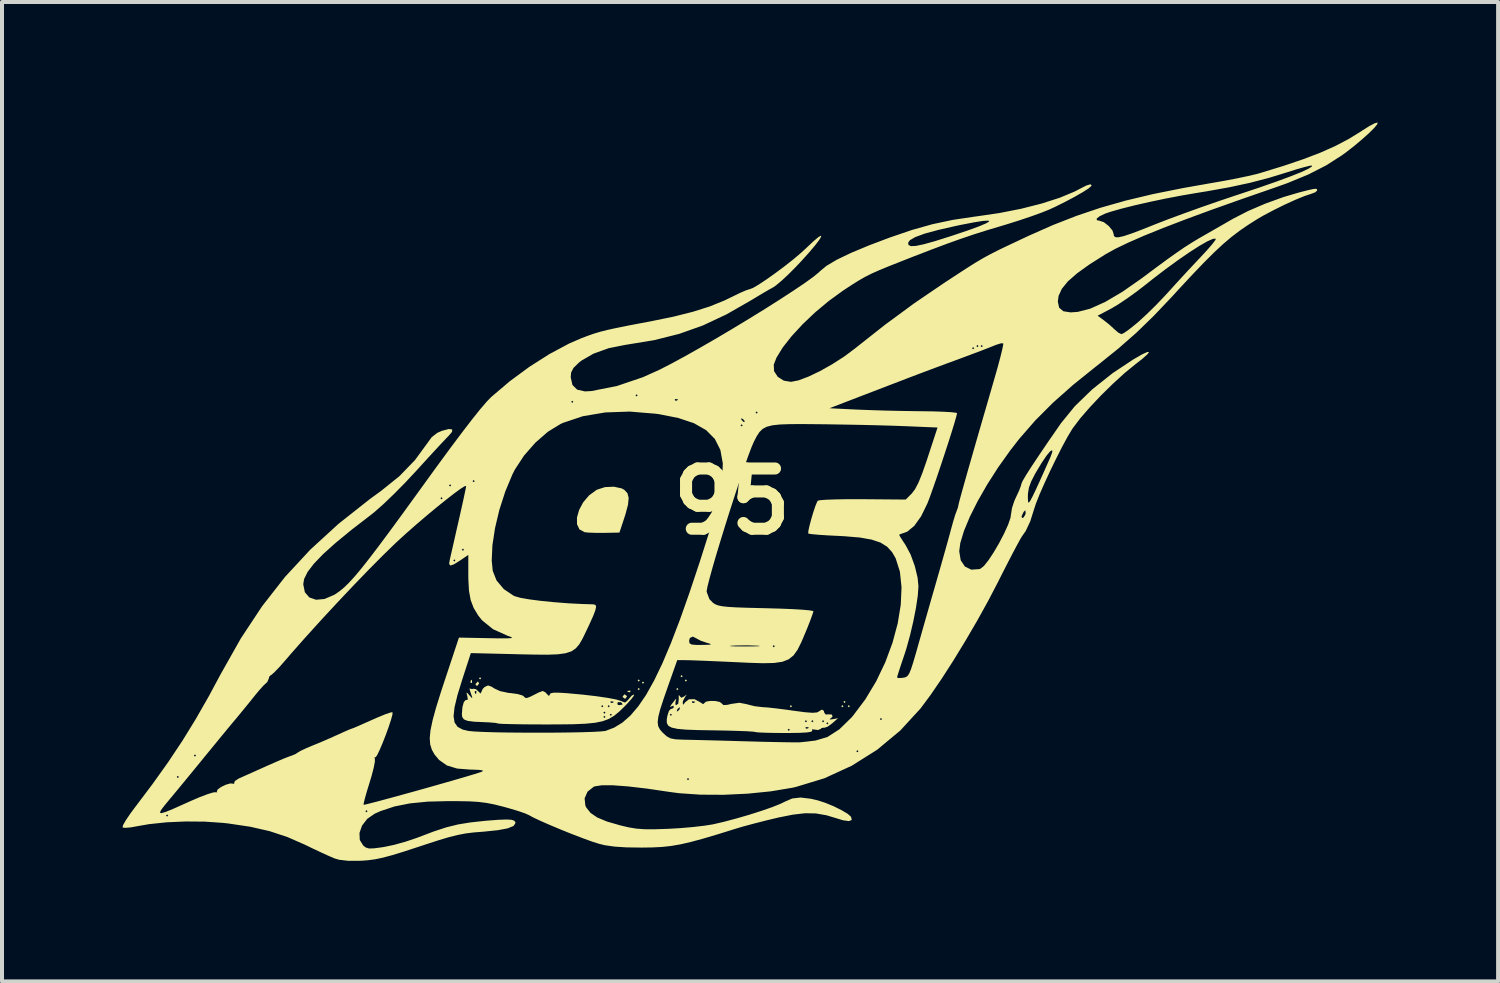
<source format=kicad_pcb>
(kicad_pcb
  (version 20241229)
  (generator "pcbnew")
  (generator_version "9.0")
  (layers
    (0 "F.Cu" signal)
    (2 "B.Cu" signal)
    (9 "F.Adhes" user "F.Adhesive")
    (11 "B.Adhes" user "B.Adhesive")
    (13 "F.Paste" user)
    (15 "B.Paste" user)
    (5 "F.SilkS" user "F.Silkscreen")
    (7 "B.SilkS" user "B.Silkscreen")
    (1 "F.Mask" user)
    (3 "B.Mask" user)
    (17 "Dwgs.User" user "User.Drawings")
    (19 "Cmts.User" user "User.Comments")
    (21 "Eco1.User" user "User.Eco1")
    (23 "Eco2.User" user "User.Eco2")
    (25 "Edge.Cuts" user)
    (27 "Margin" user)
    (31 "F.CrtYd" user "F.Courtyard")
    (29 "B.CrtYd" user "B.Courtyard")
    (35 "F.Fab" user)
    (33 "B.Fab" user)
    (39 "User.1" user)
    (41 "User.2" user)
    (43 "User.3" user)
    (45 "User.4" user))
  (footprint "95"
    (layer "F.Cu")
    (at 15.17 9.433)
    (property "Reference" "95" (at 0 0 0) (layer "F.SilkS") (effects (font (size 1.5 1.5) (thickness 0.3))))
    (attr board_only exclude_from_pos_files exclude_from_bom)
    (fp_poly (pts (xy -6.243 4.402) (xy -6.27 4.429) (xy -6.297 4.402) (xy -6.27 4.376)) (stroke (width 0) (type solid)) (fill yes) (layer "F.SilkS"))
    (fp_poly (pts (xy -2.295 4.456) (xy -2.321 4.482) (xy -2.348 4.456) (xy -2.321 4.429)) (stroke (width 0) (type solid)) (fill yes) (layer "F.SilkS"))
    (fp_poly (pts (xy -2.295 4.669) (xy -2.321 4.696) (xy -2.348 4.669) (xy -2.321 4.642)) (stroke (width 0) (type solid)) (fill yes) (layer "F.SilkS"))
    (fp_poly (pts (xy -2.188 4.509) (xy -2.214 4.536) (xy -2.241 4.509) (xy -2.214 4.482)) (stroke (width 0) (type solid)) (fill yes) (layer "F.SilkS"))
    (fp_poly (pts (xy -1.334 4.669) (xy -1.361 4.696) (xy -1.387 4.669) (xy -1.361 4.642)) (stroke (width 0) (type solid)) (fill yes) (layer "F.SilkS"))
    (fp_poly (pts (xy -1.227 4.349) (xy -1.254 4.376) (xy -1.281 4.349) (xy -1.254 4.322)) (stroke (width 0) (type solid)) (fill yes) (layer "F.SilkS"))
    (fp_poly (pts (xy -1.121 4.456) (xy -1.147 4.482) (xy -1.174 4.456) (xy -1.147 4.429)) (stroke (width 0) (type solid)) (fill yes) (layer "F.SilkS"))
    (fp_poly (pts (xy 1.494 5.096) (xy 1.467 5.123) (xy 1.441 5.096) (xy 1.467 5.069)) (stroke (width 0) (type solid)) (fill yes) (layer "F.SilkS"))
    (fp_poly (pts (xy 2.775 5.096) (xy 2.748 5.123) (xy 2.721 5.096) (xy 2.748 5.069)) (stroke (width 0) (type solid)) (fill yes) (layer "F.SilkS"))
    (fp_poly (pts (xy 2.828 4.989) (xy 2.801 5.016) (xy 2.775 4.989) (xy 2.801 4.963)) (stroke (width 0) (type solid)) (fill yes) (layer "F.SilkS"))
    (fp_poly (pts (xy 2.935 5.096) (xy 2.908 5.123) (xy 2.882 5.096) (xy 2.908 5.069)) (stroke (width 0) (type solid)) (fill yes) (layer "F.SilkS"))
    (fp_poly (pts (xy -6.475 4.447) (xy -6.468 4.51) (xy -6.475 4.518) (xy -6.506 4.511) (xy -6.51 4.482) (xy -6.491 4.438)) (stroke (width 0) (type solid)) (fill yes) (layer "F.SilkS"))
    (fp_poly (pts (xy -2.526 4.714) (xy -2.533 4.745) (xy -2.561 4.749) (xy -2.605 4.73) (xy -2.597 4.714) (xy -2.534 4.707)) (stroke (width 0) (type solid)) (fill yes) (layer "F.SilkS"))
    (fp_poly (pts (xy -6.297 4.524) (xy -6.297 4.536) (xy -6.338 4.587) (xy -6.353 4.589) (xy -6.385 4.556) (xy -6.377 4.536) (xy -6.329 4.485) (xy -6.32 4.482)) (stroke (width 0) (type solid)) (fill yes) (layer "F.SilkS"))
    (fp_poly (pts (xy -2.616 4.843) (xy -2.615 4.856) (xy -2.655 4.908) (xy -2.668 4.909) (xy -2.72 4.869) (xy -2.721 4.856) (xy -2.681 4.804) (xy -2.668 4.803)) (stroke (width 0) (type solid)) (fill yes) (layer "F.SilkS"))
    (fp_poly (pts (xy -2.743 -0.325) (xy -2.68 -0.29) (xy -2.602 -0.208) (xy -2.571 -0.091) (xy -2.587 0.079) (xy -2.651 0.319) (xy -2.686 0.427) (xy -2.801 0.774) (xy -3.175 0.781) (xy -3.382 0.781) (xy -3.561 0.775) (xy -3.669 0.764) (xy -3.796 0.695) (xy -3.857 0.566) (xy -3.858 0.398) (xy -3.804 0.209) (xy -3.702 0.019) (xy -3.556 -0.153) (xy -3.372 -0.288) (xy -3.358 -0.295) (xy -3.159 -0.358) (xy -2.938 -0.368)) (stroke (width 0) (type solid)) (fill yes) (layer "F.SilkS"))
    (fp_poly (pts (xy -5.979 4.612) (xy -5.925 4.649) (xy -5.773 4.72) (xy -5.562 4.765) (xy -5.503 4.77) (xy -5.335 4.793) (xy -5.214 4.829) (xy -5.177 4.855) (xy -5.148 4.887) (xy -5.103 4.891) (xy -5.018 4.859) (xy -4.869 4.784) (xy -4.811 4.754) (xy -4.708 4.717) (xy -4.638 4.755) (xy -4.613 4.786) (xy -4.555 4.842) (xy -4.537 4.81) (xy -4.516 4.775) (xy -4.44 4.759) (xy -4.293 4.76) (xy -4.095 4.773) (xy -3.711 4.808) (xy -3.369 4.848) (xy -3.084 4.89) (xy -2.872 4.931) (xy -2.746 4.971) (xy -2.727 4.982) (xy -2.657 5.005) (xy -2.587 4.941) (xy -2.574 4.922) (xy -2.495 4.833) (xy -2.437 4.803) (xy -2.443 4.837) (xy -2.512 4.927) (xy -2.63 5.057) (xy -2.666 5.094) (xy -2.805 5.229) (xy -2.933 5.334) (xy -3.066 5.413) (xy -3.22 5.47) (xy -3.411 5.509) (xy -3.652 5.532) (xy -3.961 5.545) (xy -4.353 5.549) (xy -4.616 5.55) (xy -4.96 5.549) (xy -5.267 5.546) (xy -5.521 5.541) (xy -5.706 5.536) (xy -5.808 5.529) (xy -5.822 5.526) (xy -5.884 5.512) (xy -6.02 5.5) (xy -6.164 5.493) (xy -6.416 5.482) (xy -6.58 5.461) (xy -6.673 5.424) (xy -6.715 5.364) (xy -6.715 5.363) (xy -3.202 5.363) (xy -3.175 5.389) (xy -3.148 5.363) (xy -3.175 5.336) (xy -3.202 5.363) (xy -6.715 5.363) (xy -6.721 5.309) (xy -3.042 5.309) (xy -3.015 5.336) (xy -2.988 5.309) (xy -3.015 5.283) (xy -3.042 5.309) (xy -6.721 5.309) (xy -6.723 5.29) (xy -6.72 5.256) (xy -3.202 5.256) (xy -3.175 5.283) (xy -3.148 5.256) (xy -3.175 5.229) (xy -3.202 5.256) (xy -6.72 5.256) (xy -6.709 5.117) (xy -6.703 5.096) (xy -3.255 5.096) (xy -3.228 5.123) (xy -3.202 5.096) (xy -3.095 5.096) (xy -3.068 5.123) (xy -3.042 5.096) (xy -3.068 5.069) (xy -3.095 5.096) (xy -3.202 5.096) (xy -3.228 5.069) (xy -3.255 5.096) (xy -6.703 5.096) (xy -6.674 4.992) (xy -6.663 4.98) (xy -3.024 4.98) (xy -3.016 5.012) (xy -2.988 5.016) (xy -2.986 5.015) (xy -2.854 5.015) (xy -2.843 5.062) (xy -2.805 5.069) (xy -2.731 5.057) (xy -2.721 5.046) (xy -2.761 4.996) (xy -2.831 4.995) (xy -2.854 5.015) (xy -2.986 5.015) (xy -2.944 4.996) (xy -2.953 4.98) (xy -3.016 4.974) (xy -3.024 4.98) (xy -6.663 4.98) (xy -6.626 4.939) (xy -6.605 4.943) (xy -6.575 4.929) (xy -6.587 4.849) (xy -6.608 4.762) (xy -6.587 4.766) (xy -6.532 4.829) (xy -6.472 4.894) (xy -6.465 4.876) (xy -6.476 4.843) (xy -6.508 4.749) (xy -6.403 4.749) (xy -6.384 4.793) (xy -6.368 4.785) (xy -6.361 4.721) (xy -6.368 4.714) (xy -6.4 4.721) (xy -6.403 4.749) (xy -6.508 4.749) (xy -6.516 4.724) (xy -6.534 4.653) (xy -6.523 4.656) (xy -6.467 4.671) (xy -6.444 4.661) (xy -6.373 4.671) (xy -6.315 4.725) (xy -6.259 4.78) (xy -6.243 4.752) (xy -6.204 4.665) (xy -6.153 4.615) (xy -6.071 4.579)) (stroke (width 0) (type solid)) (fill yes) (layer "F.SilkS"))
    (fp_poly (pts (xy -1.143 4.836) (xy -1.161 4.856) (xy -1.218 4.962) (xy -1.226 5.013) (xy -1.216 5.062) (xy -1.179 5.018) (xy -1.17 5.003) (xy -1.142 4.98) (xy -0.996 4.98) (xy -0.989 5.012) (xy -0.961 5.016) (xy -0.917 4.996) (xy -0.925 4.98) (xy -0.988 4.974) (xy -0.996 4.98) (xy -1.142 4.98) (xy -1.07 4.924) (xy -0.933 4.921) (xy -0.794 4.995) (xy -0.791 4.998) (xy -0.717 5.045) (xy -0.694 5.024) (xy -0.648 4.983) (xy -0.54 4.964) (xy -0.411 4.967) (xy -0.301 4.991) (xy -0.253 5.029) (xy -0.213 5.067) (xy -0.114 5.062) (xy -0.018 5.039) (xy 0.186 5.01) (xy 0.374 5.047) (xy 0.377 5.049) (xy 0.565 5.096) (xy 0.759 5.119) (xy 0.759 5.119) (xy 0.895 5.128) (xy 1.105 5.151) (xy 1.354 5.183) (xy 1.525 5.207) (xy 1.811 5.245) (xy 2.004 5.26) (xy 2.116 5.251) (xy 2.151 5.234) (xy 2.239 5.179) (xy 2.289 5.212) (xy 2.295 5.251) (xy 2.334 5.304) (xy 2.401 5.298) (xy 2.489 5.304) (xy 2.503 5.358) (xy 2.441 5.412) (xy 2.434 5.428) (xy 2.508 5.419) (xy 2.641 5.395) (xy 2.491 5.526) (xy 2.382 5.605) (xy 2.304 5.632) (xy 2.294 5.63) (xy 2.23 5.639) (xy 2.214 5.658) (xy 2.142 5.689) (xy 2.07 5.679) (xy 1.994 5.67) (xy 1.998 5.704) (xy 1.977 5.73) (xy 1.874 5.748) (xy 1.681 5.759) (xy 1.391 5.763) (xy 1.319 5.763) (xy 1.054 5.761) (xy 0.83 5.756) (xy 0.666 5.749) (xy 0.584 5.74) (xy 0.579 5.737) (xy 0.52 5.729) (xy 0.371 5.719) (xy 0.15 5.711) (xy -0.128 5.703) (xy -0.444 5.697) (xy -0.461 5.697) (xy -0.851 5.69) (xy -1.04 5.683) (xy 1.387 5.683) (xy 1.414 5.71) (xy 1.441 5.683) (xy 1.414 5.656) (xy 1.387 5.683) (xy -1.04 5.683) (xy -1.146 5.679) (xy -1.359 5.66) (xy -1.501 5.628) (xy -1.515 5.621) (xy 1.832 5.621) (xy 1.839 5.652) (xy 1.868 5.656) (xy 1.912 5.637) (xy 1.903 5.621) (xy 1.84 5.614) (xy 1.832 5.621) (xy -1.515 5.621) (xy -1.584 5.582) (xy -1.617 5.523) (xy 2.348 5.523) (xy 2.375 5.55) (xy 2.401 5.523) (xy 2.375 5.496) (xy 2.348 5.523) (xy -1.617 5.523) (xy -1.621 5.515) (xy -1.622 5.47) (xy 1.814 5.47) (xy 1.841 5.496) (xy 1.868 5.47) (xy 1.974 5.47) (xy 2.001 5.496) (xy 2.028 5.47) (xy 2.241 5.47) (xy 2.268 5.496) (xy 2.295 5.47) (xy 2.268 5.443) (xy 2.241 5.47) (xy 2.028 5.47) (xy 2.001 5.443) (xy 1.974 5.47) (xy 1.868 5.47) (xy 1.841 5.443) (xy 1.814 5.47) (xy -1.622 5.47) (xy -1.623 5.425) (xy -1.607 5.332) (xy -1.6 5.309) (xy -1.547 5.309) (xy -1.521 5.336) (xy -1.494 5.309) (xy -1.521 5.283) (xy -1.547 5.309) (xy -1.6 5.309) (xy -1.573 5.226) (xy -1.374 5.226) (xy -1.367 5.229) (xy -1.318 5.192) (xy -1.307 5.176) (xy -1.294 5.126) (xy -1.301 5.123) (xy -1.35 5.16) (xy -1.361 5.176) (xy -1.374 5.226) (xy -1.573 5.226) (xy -1.57 5.216) (xy -1.527 5.166) (xy -1.52 5.167) (xy -1.461 5.143) (xy -1.449 5.119) (xy -1.458 5.081) (xy -1.501 5.099) (xy -1.543 5.115) (xy -1.515 5.066) (xy -1.496 5.04) (xy -1.415 4.935) (xy -1.386 4.91) (xy -1.396 4.954) (xy -1.404 4.976) (xy -1.409 5.053) (xy -1.386 5.069) (xy -1.337 5.032) (xy -1.324 4.911) (xy -1.326 4.856) (xy -1.321 4.811) (xy -1.301 4.845) (xy -1.259 4.887) (xy -1.182 4.848) (xy -1.182 4.847) (xy -1.124 4.807)) (stroke (width 0) (type solid)) (fill yes) (layer "F.SilkS"))
    (fp_poly (pts (xy 16.071 -9.433) (xy 16.064 -9.392) (xy 15.988 -9.299) (xy 15.857 -9.169) (xy 15.685 -9.015) (xy 15.489 -8.85) (xy 15.282 -8.689) (xy 15.183 -8.617) (xy 14.792 -8.367) (xy 14.348 -8.14) (xy 13.83 -7.926) (xy 13.527 -7.818) (xy 12.686 -7.526) (xy 11.942 -7.262) (xy 11.293 -7.023) (xy 10.733 -6.808) (xy 10.258 -6.616) (xy 9.863 -6.443) (xy 9.545 -6.29) (xy 9.306 -6.158) (xy 8.902 -5.903) (xy 8.59 -5.679) (xy 8.362 -5.479) (xy 8.212 -5.295) (xy 8.131 -5.12) (xy 8.111 -4.978) (xy 8.144 -4.824) (xy 8.249 -4.735) (xy 8.432 -4.707) (xy 8.61 -4.72) (xy 8.922 -4.801) (xy 9.294 -4.969) (xy 9.721 -5.221) (xy 10.202 -5.557) (xy 10.219 -5.57) (xy 10.562 -5.826) (xy 10.838 -6.029) (xy 11.064 -6.19) (xy 11.255 -6.321) (xy 11.43 -6.433) (xy 11.605 -6.539) (xy 11.726 -6.609) (xy 11.971 -6.749) (xy 12.241 -6.904) (xy 12.473 -7.038) (xy 12.842 -7.228) (xy 13.275 -7.414) (xy 13.729 -7.578) (xy 14.112 -7.691) (xy 14.33 -7.747) (xy 14.464 -7.777) (xy 14.535 -7.785) (xy 14.563 -7.771) (xy 14.568 -7.743) (xy 14.522 -7.698) (xy 14.421 -7.659) (xy 14.254 -7.604) (xy 14.022 -7.509) (xy 13.755 -7.387) (xy 13.48 -7.251) (xy 13.225 -7.116) (xy 13.078 -7.03) (xy 12.847 -6.884) (xy 12.636 -6.739) (xy 12.432 -6.583) (xy 12.224 -6.407) (xy 12 -6.198) (xy 11.747 -5.946) (xy 11.454 -5.64) (xy 11.109 -5.269) (xy 10.932 -5.076) (xy 10.491 -4.612) (xy 10.067 -4.201) (xy 9.624 -3.812) (xy 9.126 -3.411) (xy 9.065 -3.364) (xy 8.486 -2.898) (xy 7.987 -2.455) (xy 7.55 -2.017) (xy 7.156 -1.565) (xy 6.927 -1.271) (xy 6.627 -0.85) (xy 6.354 -0.424) (xy 6.116 -0.008) (xy 5.92 0.383) (xy 5.774 0.735) (xy 5.684 1.033) (xy 5.657 1.238) (xy 5.694 1.463) (xy 5.799 1.62) (xy 5.958 1.697) (xy 6.158 1.683) (xy 6.184 1.674) (xy 6.272 1.605) (xy 6.388 1.459) (xy 6.518 1.261) (xy 6.651 1.034) (xy 6.773 0.8) (xy 6.872 0.582) (xy 6.934 0.404) (xy 6.939 0.365) (xy 7.21 0.365) (xy 7.218 0.411) (xy 7.257 0.4) (xy 7.304 0.324) (xy 7.31 0.277) (xy 7.301 0.217) (xy 7.264 0.256) (xy 7.257 0.267) (xy 7.21 0.365) (xy 6.939 0.365) (xy 6.948 0.307) (xy 6.97 0.164) (xy 7.03 -0.017) (xy 7.074 -0.113) (xy 7.076 -0.118) (xy 7.365 -0.118) (xy 7.37 0.004) (xy 7.387 0.032) (xy 7.427 -0.02) (xy 7.43 -0.027) (xy 7.482 -0.125) (xy 7.561 -0.289) (xy 7.652 -0.487) (xy 7.673 -0.534) (xy 7.769 -0.747) (xy 7.857 -0.946) (xy 7.922 -1.091) (xy 7.929 -1.107) (xy 7.975 -1.234) (xy 7.969 -1.278) (xy 7.918 -1.246) (xy 7.831 -1.142) (xy 7.717 -0.974) (xy 7.7 -0.947) (xy 7.547 -0.692) (xy 7.448 -0.498) (xy 7.391 -0.342) (xy 7.368 -0.198) (xy 7.365 -0.118) (xy 7.076 -0.118) (xy 7.147 -0.27) (xy 7.194 -0.394) (xy 7.204 -0.439) (xy 7.234 -0.51) (xy 7.322 -0.659) (xy 7.462 -0.879) (xy 7.649 -1.16) (xy 7.877 -1.496) (xy 8.141 -1.877) (xy 8.19 -1.948) (xy 8.535 -2.372) (xy 8.97 -2.793) (xy 9.479 -3.197) (xy 9.989 -3.535) (xy 10.205 -3.66) (xy 10.337 -3.721) (xy 10.382 -3.721) (xy 10.34 -3.662) (xy 10.209 -3.546) (xy 10.049 -3.421) (xy 9.781 -3.203) (xy 9.488 -2.936) (xy 9.189 -2.643) (xy 8.908 -2.345) (xy 8.666 -2.066) (xy 8.485 -1.826) (xy 8.47 -1.804) (xy 8.358 -1.618) (xy 8.222 -1.368) (xy 8.074 -1.076) (xy 7.923 -0.766) (xy 7.781 -0.459) (xy 7.658 -0.179) (xy 7.566 0.052) (xy 7.514 0.211) (xy 7.424 0.497) (xy 7.311 0.736) (xy 7.228 0.854) (xy 7.185 0.923) (xy 7.102 1.074) (xy 6.987 1.29) (xy 6.849 1.557) (xy 6.695 1.859) (xy 6.624 2.001) (xy 6.378 2.473) (xy 6.102 2.971) (xy 5.808 3.474) (xy 5.509 3.963) (xy 5.217 4.417) (xy 4.944 4.816) (xy 4.704 5.139) (xy 4.695 5.151) (xy 4.19 5.701) (xy 3.614 6.18) (xy 2.979 6.579) (xy 2.298 6.891) (xy 1.586 7.107) (xy 1.494 7.127) (xy 0.968 7.215) (xy 0.391 7.273) (xy -0.204 7.301) (xy -0.782 7.298) (xy -1.31 7.262) (xy -1.547 7.231) (xy -2.116 7.147) (xy -2.589 7.092) (xy -2.964 7.064) (xy -3.24 7.064) (xy -3.416 7.091) (xy -3.442 7.102) (xy -3.596 7.224) (xy -3.668 7.39) (xy -3.649 7.569) (xy -3.626 7.618) (xy -3.52 7.752) (xy -3.354 7.865) (xy -3.113 7.966) (xy -2.781 8.062) (xy -2.769 8.065) (xy -2.564 8.113) (xy -2.379 8.143) (xy -2.185 8.158) (xy -1.949 8.16) (xy -1.642 8.15) (xy -1.601 8.149) (xy -1.29 8.131) (xy -0.975 8.104) (xy -0.692 8.071) (xy -0.48 8.038) (xy -0.207 7.975) (xy 0.102 7.893) (xy 0.423 7.8) (xy 0.731 7.702) (xy 1.002 7.608) (xy 1.211 7.524) (xy 1.313 7.474) (xy 1.5 7.393) (xy 1.708 7.369) (xy 1.965 7.4) (xy 2.137 7.44) (xy 2.327 7.502) (xy 2.535 7.588) (xy 2.73 7.685) (xy 2.883 7.776) (xy 2.964 7.848) (xy 2.964 7.848) (xy 2.982 7.927) (xy 2.912 7.956) (xy 2.763 7.935) (xy 2.645 7.899) (xy 2.353 7.811) (xy 2.089 7.765) (xy 1.821 7.76) (xy 1.517 7.795) (xy 1.146 7.869) (xy 1.14 7.871) (xy 0.843 7.942) (xy 0.538 8.02) (xy 0.265 8.094) (xy 0.107 8.141) (xy -0.346 8.282) (xy -0.717 8.392) (xy -1.023 8.475) (xy -1.284 8.535) (xy -1.517 8.575) (xy -1.741 8.599) (xy -1.975 8.611) (xy -2.237 8.615) (xy -2.241 8.615) (xy -2.622 8.61) (xy -2.92 8.591) (xy -3.161 8.557) (xy -3.301 8.523) (xy -3.476 8.468) (xy -3.71 8.383) (xy -3.982 8.279) (xy -4.267 8.164) (xy -4.541 8.049) (xy -4.78 7.944) (xy -4.961 7.858) (xy -5.045 7.811) (xy -5.142 7.767) (xy -5.314 7.707) (xy -5.534 7.641) (xy -5.685 7.599) (xy -5.912 7.542) (xy -6.112 7.503) (xy -6.313 7.478) (xy -6.546 7.464) (xy -6.84 7.459) (xy -7.044 7.458) (xy -7.571 7.471) (xy -8.016 7.515) (xy -8.399 7.591) (xy -8.74 7.704) (xy -8.892 7.771) (xy -9.078 7.899) (xy -9.208 8.068) (xy -9.272 8.251) (xy -9.264 8.427) (xy -9.177 8.566) (xy -9.113 8.614) (xy -9.037 8.637) (xy -8.923 8.635) (xy -8.741 8.612) (xy -8.662 8.6) (xy -8.413 8.548) (xy -8.122 8.467) (xy -7.845 8.374) (xy -7.796 8.355) (xy -7.424 8.214) (xy -7.11 8.111) (xy -6.818 8.039) (xy -6.512 7.989) (xy -6.153 7.95) (xy -6.122 7.947) (xy -5.824 7.924) (xy -5.617 7.916) (xy -5.486 7.923) (xy -5.415 7.948) (xy -5.39 7.992) (xy -5.389 8.005) (xy -5.437 8.077) (xy -5.582 8.136) (xy -5.826 8.182) (xy -6.174 8.218) (xy -6.214 8.221) (xy -6.437 8.239) (xy -6.635 8.264) (xy -6.831 8.302) (xy -7.047 8.356) (xy -7.308 8.434) (xy -7.637 8.541) (xy -7.791 8.592) (xy -8.161 8.713) (xy -8.452 8.802) (xy -8.685 8.865) (xy -8.88 8.906) (xy -9.059 8.93) (xy -9.232 8.943) (xy -9.548 8.945) (xy -9.781 8.918) (xy -9.888 8.886) (xy -10.02 8.83) (xy -10.218 8.74) (xy -10.452 8.63) (xy -10.635 8.541) (xy -11.067 8.352) (xy -11.509 8.206) (xy -11.992 8.096) (xy -12.544 8.014) (xy -12.673 8) (xy -13.12 7.969) (xy -13.6 7.965) (xy -14.076 7.986) (xy -14.511 8.032) (xy -14.781 8.079) (xy -14.964 8.112) (xy -15.104 8.124) (xy -15.17 8.114) (xy -15.158 8.058) (xy -15.09 7.938) (xy -15.008 7.817) (xy -14.087 7.817) (xy -14.061 7.844) (xy -14.034 7.817) (xy -14.061 7.791) (xy -14.087 7.817) (xy -15.008 7.817) (xy -14.979 7.774) (xy -14.956 7.743) (xy -14.24 7.743) (xy -14.206 7.759) (xy -14.1 7.729) (xy -14.055 7.711) (xy -9.125 7.711) (xy -9.098 7.737) (xy -9.071 7.711) (xy -9.098 7.684) (xy -9.125 7.711) (xy -14.055 7.711) (xy -13.916 7.654) (xy -13.645 7.533) (xy -13.485 7.461) (xy -13.255 7.362) (xy -13.058 7.287) (xy -12.916 7.243) (xy -12.85 7.237) (xy -12.815 7.241) (xy -12.823 7.221) (xy -12.803 7.169) (xy -12.716 7.106) (xy -12.598 7.05) (xy -12.486 7.018) (xy -12.421 7.024) (xy -12.387 7.029) (xy -12.394 7.01) (xy -12.372 6.958) (xy -12.278 6.896) (xy -12.256 6.886) (xy -12.136 6.833) (xy -11.948 6.749) (xy -11.722 6.648) (xy -11.561 6.575) (xy -11.339 6.478) (xy -11.15 6.397) (xy -11.016 6.345) (xy -10.966 6.329) (xy -10.865 6.287) (xy -10.824 6.259) (xy -10.737 6.207) (xy -10.587 6.137) (xy -10.459 6.083) (xy -10.246 5.996) (xy -9.999 5.889) (xy -9.828 5.812) (xy -9.658 5.735) (xy -9.53 5.679) (xy -9.47 5.656) (xy -9.469 5.656) (xy -9.413 5.636) (xy -9.29 5.583) (xy -9.166 5.528) (xy -8.848 5.387) (xy -8.621 5.293) (xy -8.488 5.249) (xy -8.449 5.247) (xy -8.452 5.307) (xy -8.488 5.437) (xy -8.546 5.614) (xy -8.619 5.815) (xy -8.697 6.014) (xy -8.771 6.188) (xy -8.832 6.314) (xy -8.87 6.367) (xy -8.874 6.367) (xy -8.902 6.368) (xy -8.889 6.397) (xy -8.888 6.471) (xy -8.916 6.622) (xy -8.969 6.826) (xy -9.02 6.995) (xy -9.088 7.217) (xy -9.139 7.398) (xy -9.167 7.516) (xy -9.17 7.55) (xy -9.116 7.541) (xy -8.976 7.506) (xy -8.765 7.451) (xy -8.498 7.379) (xy -8.192 7.295) (xy -7.862 7.204) (xy -7.524 7.109) (xy -7.193 7.015) (xy -6.886 6.927) (xy -6.828 6.91) (xy -1.121 6.91) (xy -1.094 6.937) (xy -1.067 6.91) (xy -1.094 6.884) (xy -1.121 6.91) (xy -6.828 6.91) (xy -6.619 6.849) (xy -6.406 6.785) (xy -6.264 6.74) (xy -6.217 6.723) (xy -6.198 6.698) (xy -6.28 6.682) (xy -6.465 6.674) (xy -6.511 6.674) (xy -6.842 6.648) (xy -7.095 6.571) (xy -7.29 6.434) (xy -7.404 6.297) (xy -7.449 6.217) (xy 3.095 6.217) (xy 3.122 6.243) (xy 3.148 6.217) (xy 3.122 6.19) (xy 3.095 6.217) (xy -7.449 6.217) (xy -7.471 6.177) (xy -7.512 6.046) (xy -7.523 5.89) (xy -7.504 5.695) (xy -7.452 5.447) (xy -7.424 5.344) (xy -6.93 5.344) (xy -6.904 5.503) (xy -6.829 5.61) (xy -6.702 5.678) (xy -6.558 5.712) (xy -6.419 5.725) (xy -6.197 5.736) (xy -5.908 5.745) (xy -5.571 5.751) (xy -5.201 5.754) (xy -4.816 5.755) (xy -4.433 5.754) (xy -4.07 5.75) (xy -3.743 5.744) (xy -3.469 5.735) (xy -3.265 5.724) (xy -3.149 5.711) (xy -3.142 5.709) (xy -2.93 5.628) (xy -2.726 5.503) (xy -2.716 5.494) (xy -1.849 5.494) (xy -1.835 5.595) (xy -1.792 5.677) (xy -1.722 5.757) (xy -1.717 5.761) (xy -1.623 5.846) (xy -1.531 5.896) (xy -1.407 5.92) (xy -1.217 5.929) (xy -1.165 5.93) (xy -0.992 5.934) (xy -0.736 5.94) (xy -0.418 5.948) (xy -0.062 5.958) (xy 0.309 5.969) (xy 0.4 5.971) (xy 0.751 5.981) (xy 1.073 5.988) (xy 1.347 5.993) (xy 1.557 5.996) (xy 1.684 5.995) (xy 1.708 5.993) (xy 1.845 5.979) (xy 2.025 5.957) (xy 2.082 5.95) (xy 2.377 5.862) (xy 2.674 5.671) (xy 2.935 5.416) (xy 3.682 5.416) (xy 3.709 5.443) (xy 3.735 5.416) (xy 3.709 5.389) (xy 3.682 5.416) (xy 2.935 5.416) (xy 2.977 5.376) (xy 3.008 5.34) (xy 3.318 4.928) (xy 3.589 4.478) (xy 3.816 4.003) (xy 3.996 3.517) (xy 4.126 3.034) (xy 4.202 2.568) (xy 4.221 2.134) (xy 4.18 1.745) (xy 4.075 1.415) (xy 3.986 1.261) (xy 3.863 1.126) (xy 3.698 1.023) (xy 3.476 0.949) (xy 3.183 0.897) (xy 2.803 0.865) (xy 2.658 0.857) (xy 2.39 0.844) (xy 2.162 0.829) (xy 1.994 0.814) (xy 1.908 0.801) (xy 1.9 0.798) (xy 1.901 0.737) (xy 1.929 0.607) (xy 1.974 0.437) (xy 2.027 0.259) (xy 2.08 0.103) (xy 2.124 -0.000319) (xy 2.137 -0.02) (xy 2.201 -0.033) (xy 2.355 -0.044) (xy 2.582 -0.052) (xy 2.865 -0.057) (xy 3.188 -0.057) (xy 3.252 -0.057) (xy 4.325 -0.048) (xy 4.477 -0.2) (xy 4.557 -0.305) (xy 4.642 -0.468) (xy 4.738 -0.705) (xy 4.851 -1.029) (xy 4.873 -1.097) (xy 5.117 -1.841) (xy 4.306 -1.875) (xy 4.003 -1.886) (xy 3.623 -1.897) (xy 3.197 -1.907) (xy 2.755 -1.915) (xy 2.327 -1.922) (xy 2.224 -1.923) (xy 1.794 -1.927) (xy 1.456 -1.926) (xy 1.197 -1.917) (xy 1.005 -1.896) (xy 0.864 -1.86) (xy 0.762 -1.805) (xy 0.684 -1.728) (xy 0.617 -1.625) (xy 0.548 -1.492) (xy 0.547 -1.49) (xy 0.488 -1.355) (xy 0.407 -1.14) (xy 0.309 -0.862) (xy 0.197 -0.533) (xy 0.077 -0.17) (xy -0.047 0.213) (xy -0.17 0.603) (xy -0.287 0.983) (xy -0.395 1.339) (xy -0.487 1.657) (xy -0.56 1.922) (xy -0.61 2.119) (xy -0.63 2.233) (xy -0.63 2.248) (xy -0.561 2.432) (xy -0.47 2.524) (xy -0.415 2.559) (xy -0.346 2.586) (xy -0.248 2.607) (xy -0.107 2.623) (xy 0.091 2.635) (xy 0.363 2.645) (xy 0.722 2.654) (xy 0.85 2.657) (xy 1.201 2.667) (xy 1.507 2.679) (xy 1.755 2.694) (xy 1.931 2.71) (xy 2.02 2.726) (xy 2.028 2.732) (xy 2.008 2.8) (xy 1.957 2.942) (xy 1.882 3.133) (xy 1.836 3.245) (xy 1.73 3.496) (xy 1.634 3.689) (xy 1.533 3.831) (xy 1.411 3.929) (xy 1.254 3.99) (xy 1.046 4.02) (xy 0.772 4.026) (xy 0.416 4.015) (xy 0.128 4.001) (xy -0.208 3.986) (xy -0.523 3.972) (xy -0.796 3.961) (xy -1.005 3.953) (xy -1.121 3.95) (xy -1.362 3.949) (xy -1.584 4.576) (xy -1.702 4.915) (xy -1.785 5.17) (xy -1.833 5.358) (xy -1.849 5.494) (xy -2.716 5.494) (xy -2.528 5.329) (xy -2.332 5.099) (xy -2.135 4.81) (xy -1.936 4.454) (xy -1.731 4.027) (xy -1.549 3.596) (xy -0.057 3.596) (xy -0.029 3.602) (xy 0.087 3.607) (xy 0.284 3.608) (xy 0.32 3.608) (xy 0.528 3.607) (xy 0.657 3.603) (xy 0.666 3.602) (xy 1.014 3.602) (xy 1.041 3.629) (xy 1.067 3.602) (xy 1.041 3.575) (xy 1.014 3.602) (xy 0.666 3.602) (xy 0.699 3.597) (xy 0.644 3.59) (xy 0.627 3.589) (xy 0.383 3.581) (xy 0.118 3.584) (xy 0.013 3.589) (xy -0.057 3.596) (xy -1.549 3.596) (xy -1.518 3.524) (xy -1.497 3.468) (xy -1.067 3.468) (xy -1.056 3.529) (xy -1.004 3.56) (xy -0.887 3.571) (xy -0.76 3.57) (xy -0.593 3.567) (xy -0.523 3.559) (xy -0.54 3.543) (xy -0.634 3.515) (xy -0.64 3.513) (xy -0.779 3.465) (xy -0.872 3.416) (xy -0.878 3.411) (xy -0.975 3.363) (xy -1.049 3.399) (xy -1.067 3.468) (xy -1.497 3.468) (xy -1.294 2.939) (xy -1.056 2.266) (xy -0.801 1.501) (xy -0.527 0.638) (xy -0.478 0.48) (xy -0.326 -0.073) (xy -0.242 -0.547) (xy -0.228 -0.948) (xy -0.288 -1.282) (xy -0.425 -1.556) (xy -0.643 -1.776) (xy -0.851 -1.894) (xy 0.213 -1.894) (xy 0.24 -1.868) (xy 0.267 -1.894) (xy 0.24 -1.921) (xy 0.213 -1.894) (xy -0.851 -1.894) (xy -0.945 -1.948) (xy -1.298 -2.066) (xy 0.222 -2.066) (xy 0.235 -2.036) (xy 0.289 -1.979) (xy 0.32 -1.99) (xy 0.32 -1.998) (xy 0.282 -2.043) (xy 0.259 -2.06) (xy 0.222 -2.066) (xy -1.298 -2.066) (xy -1.334 -2.078) (xy -1.813 -2.173) (xy -1.892 -2.184) (xy -2.256 -2.214) (xy 0.587 -2.214) (xy 0.614 -2.188) (xy 0.64 -2.214) (xy 0.614 -2.241) (xy 0.587 -2.214) (xy -2.256 -2.214) (xy -2.54 -2.238) (xy -3.151 -2.217) (xy -3.711 -2.123) (xy -4.206 -1.957) (xy -4.269 -1.928) (xy -4.583 -1.735) (xy -4.894 -1.464) (xy -5.176 -1.142) (xy -5.403 -0.796) (xy -5.461 -0.683) (xy -5.643 -0.248) (xy -5.79 0.209) (xy -5.898 0.663) (xy -5.963 1.092) (xy -5.98 1.473) (xy -5.955 1.726) (xy -5.86 1.966) (xy -5.68 2.18) (xy -5.439 2.343) (xy -5.406 2.358) (xy -5.271 2.397) (xy -5.049 2.436) (xy -4.763 2.473) (xy -4.433 2.506) (xy -4.08 2.534) (xy -3.726 2.552) (xy -3.452 2.56) (xy -3.401 2.572) (xy -3.381 2.614) (xy -3.398 2.7) (xy -3.453 2.846) (xy -3.551 3.064) (xy -3.632 3.235) (xy -3.719 3.414) (xy -3.799 3.553) (xy -3.887 3.656) (xy -3.996 3.73) (xy -4.14 3.777) (xy -4.334 3.804) (xy -4.592 3.814) (xy -4.928 3.811) (xy -5.357 3.802) (xy -5.371 3.801) (xy -6.5 3.774) (xy -6.718 4.446) (xy -6.835 4.827) (xy -6.906 5.123) (xy -6.93 5.344) (xy -7.424 5.344) (xy -7.367 5.135) (xy -7.245 4.744) (xy -7.159 4.482) (xy -6.796 3.388) (xy -6.08 3.402) (xy -5.795 3.407) (xy -5.607 3.407) (xy -5.503 3.402) (xy -5.472 3.391) (xy -5.504 3.371) (xy -5.586 3.342) (xy -5.946 3.18) (xy -6.22 2.958) (xy -6.317 2.837) (xy -6.43 2.649) (xy -6.504 2.454) (xy -6.546 2.223) (xy -6.562 1.927) (xy -6.563 1.799) (xy -6.563 1.33) (xy -6.763 1.466) (xy -6.92 1.564) (xy -7.008 1.594) (xy -7.039 1.555) (xy -7.03 1.481) (xy -7.027 1.467) (xy -6.937 1.467) (xy -6.91 1.494) (xy -6.884 1.467) (xy -6.91 1.441) (xy -6.937 1.467) (xy -7.027 1.467) (xy -7.01 1.389) (xy -6.97 1.214) (xy -6.967 1.201) (xy -6.724 1.201) (xy -6.697 1.227) (xy -6.67 1.201) (xy -6.697 1.174) (xy -6.724 1.201) (xy -6.967 1.201) (xy -6.916 0.977) (xy -6.853 0.697) (xy -6.81 0.511) (xy -6.745 0.223) (xy -6.689 -0.03) (xy -6.647 -0.227) (xy -6.622 -0.352) (xy -6.617 -0.386) (xy -6.655 -0.379) (xy -6.76 -0.313) (xy -6.92 -0.196) (xy -7.123 -0.038) (xy -7.355 0.149) (xy -7.604 0.356) (xy -7.858 0.573) (xy -8.104 0.789) (xy -8.33 0.995) (xy -8.378 1.04) (xy -8.685 1.338) (xy -9.043 1.699) (xy -9.434 2.104) (xy -9.841 2.535) (xy -10.245 2.972) (xy -10.63 3.397) (xy -10.978 3.791) (xy -11.125 3.962) (xy -11.267 4.123) (xy -11.386 4.247) (xy -11.463 4.315) (xy -11.479 4.322) (xy -11.521 4.365) (xy -11.526 4.4) (xy -11.567 4.495) (xy -11.595 4.52) (xy -11.662 4.582) (xy -11.77 4.702) (xy -11.875 4.829) (xy -12.015 5.004) (xy -12.19 5.218) (xy -12.362 5.427) (xy -12.38 5.447) (xy -12.522 5.618) (xy -12.71 5.846) (xy -12.922 6.105) (xy -13.138 6.368) (xy -13.207 6.453) (xy -13.414 6.706) (xy -13.621 6.958) (xy -13.807 7.184) (xy -13.953 7.36) (xy -13.994 7.409) (xy -14.126 7.569) (xy -14.211 7.68) (xy -14.24 7.743) (xy -14.956 7.743) (xy -14.877 7.636) (xy -14.425 7.036) (xy -14.297 6.857) (xy -13.821 6.857) (xy -13.794 6.884) (xy -13.767 6.857) (xy -13.794 6.83) (xy -13.821 6.857) (xy -14.297 6.857) (xy -14.031 6.484) (xy -13.924 6.323) (xy -13.394 6.323) (xy -13.367 6.35) (xy -13.34 6.323) (xy -13.367 6.297) (xy -13.394 6.323) (xy -13.924 6.323) (xy -13.677 5.952) (xy -13.346 5.414) (xy -13.019 4.842) (xy -12.726 4.296) (xy -12.225 3.408) (xy -11.696 2.608) (xy -11.125 1.877) (xy -10.496 1.199) (xy -9.795 0.557) (xy -9.006 -0.066) (xy -8.732 -0.265) (xy -8.277 -0.631) (xy -7.89 -1.031) (xy -7.604 -1.422) (xy -7.475 -1.599) (xy -7.338 -1.707) (xy -7.219 -1.759) (xy -7.049 -1.804) (xy -6.964 -1.794) (xy -6.968 -1.733) (xy -7.049 -1.638) (xy -7.124 -1.56) (xy -7.258 -1.418) (xy -7.436 -1.226) (xy -7.643 -1) (xy -7.868 -0.753) (xy -7.871 -0.75) (xy -8.143 -0.459) (xy -8.419 -0.18) (xy -8.677 0.067) (xy -8.898 0.262) (xy -8.991 0.336) (xy -9.472 0.707) (xy -9.865 1.03) (xy -10.175 1.308) (xy -10.406 1.548) (xy -10.563 1.753) (xy -10.65 1.929) (xy -10.672 2.059) (xy -10.632 2.258) (xy -10.521 2.388) (xy -10.353 2.446) (xy -10.143 2.427) (xy -9.906 2.326) (xy -9.862 2.3) (xy -9.759 2.227) (xy -9.649 2.135) (xy -9.527 2.016) (xy -9.387 1.862) (xy -9.223 1.666) (xy -9.029 1.42) (xy -8.798 1.117) (xy -8.525 0.75) (xy -8.204 0.312) (xy -7.92 -0.08) (xy -7.257 -0.08) (xy -7.23 -0.053) (xy -7.204 -0.08) (xy -7.23 -0.107) (xy -7.257 -0.08) (xy -7.92 -0.08) (xy -7.829 -0.205) (xy -7.764 -0.295) (xy -7.688 -0.4) (xy -7.044 -0.4) (xy -7.017 -0.374) (xy -6.99 -0.4) (xy -7.017 -0.427) (xy -7.044 -0.4) (xy -7.688 -0.4) (xy -7.611 -0.507) (xy -6.457 -0.507) (xy -6.43 -0.48) (xy -6.403 -0.507) (xy -6.43 -0.534) (xy -6.457 -0.507) (xy -7.611 -0.507) (xy -7.357 -0.857) (xy -7.007 -1.334) (xy -6.709 -1.731) (xy -6.462 -2.052) (xy -6.262 -2.302) (xy -6.245 -2.321) (xy 2.428 -2.321) (xy 3.122 -2.287) (xy 3.433 -2.275) (xy 3.809 -2.263) (xy 4.21 -2.254) (xy 4.595 -2.248) (xy 4.709 -2.247) (xy 5.005 -2.243) (xy 5.259 -2.234) (xy 5.454 -2.223) (xy 5.574 -2.209) (xy 5.603 -2.198) (xy 5.586 -2.122) (xy 5.541 -1.964) (xy 5.473 -1.742) (xy 5.388 -1.474) (xy 5.292 -1.18) (xy 5.192 -0.878) (xy 5.093 -0.585) (xy 5.001 -0.322) (xy 4.924 -0.105) (xy 4.866 0.045) (xy 4.865 0.048) (xy 4.707 0.371) (xy 4.538 0.607) (xy 4.365 0.75) (xy 4.284 0.781) (xy 4.19 0.812) (xy 4.162 0.83) (xy 4.189 0.881) (xy 4.259 0.991) (xy 4.321 1.084) (xy 4.446 1.318) (xy 4.551 1.606) (xy 4.621 1.897) (xy 4.642 2.11) (xy 4.626 2.341) (xy 4.581 2.643) (xy 4.514 2.986) (xy 4.431 3.338) (xy 4.339 3.67) (xy 4.291 3.817) (xy 4.216 4.04) (xy 4.156 4.223) (xy 4.118 4.344) (xy 4.109 4.382) (xy 4.154 4.396) (xy 4.26 4.388) (xy 4.32 4.375) (xy 4.367 4.346) (xy 4.411 4.284) (xy 4.457 4.174) (xy 4.513 4.001) (xy 4.587 3.748) (xy 4.633 3.584) (xy 4.732 3.235) (xy 4.848 2.829) (xy 4.967 2.411) (xy 5.078 2.027) (xy 5.1 1.948) (xy 5.193 1.625) (xy 5.284 1.303) (xy 5.366 1.011) (xy 5.43 0.778) (xy 5.452 0.695) (xy 5.507 0.497) (xy 5.555 0.339) (xy 5.588 0.249) (xy 5.591 0.242) (xy 5.627 0.142) (xy 5.633 0.108) (xy 5.651 0.028) (xy 5.699 -0.152) (xy 5.776 -0.428) (xy 5.881 -0.8) (xy 6.014 -1.264) (xy 6.173 -1.817) (xy 6.359 -2.457) (xy 6.534 -3.062) (xy 6.615 -3.346) (xy 6.681 -3.593) (xy 6.728 -3.785) (xy 6.752 -3.905) (xy 6.753 -3.937) (xy 6.691 -3.936) (xy 6.571 -3.898) (xy 6.524 -3.879) (xy 6.402 -3.83) (xy 6.203 -3.753) (xy 5.953 -3.659) (xy 5.675 -3.555) (xy 5.576 -3.519) (xy 5.264 -3.404) (xy 4.942 -3.284) (xy 4.645 -3.172) (xy 4.408 -3.082) (xy 4.376 -3.07) (xy 4.153 -2.984) (xy 3.865 -2.874) (xy 3.546 -2.751) (xy 3.23 -2.63) (xy 3.175 -2.609) (xy 2.428 -2.321) (xy -6.245 -2.321) (xy -6.108 -2.481) (xy -4.002 -2.481) (xy -3.975 -2.455) (xy -3.949 -2.481) (xy -3.975 -2.508) (xy -4.002 -2.481) (xy -6.108 -2.481) (xy -6.105 -2.485) (xy -6.048 -2.544) (xy -1.423 -2.544) (xy -1.416 -2.512) (xy -1.387 -2.508) (xy -1.343 -2.528) (xy -1.352 -2.544) (xy -1.415 -2.55) (xy -1.423 -2.544) (xy -6.048 -2.544) (xy -5.988 -2.605) (xy -5.987 -2.605) (xy -5.945 -2.641) (xy -2.401 -2.641) (xy -2.375 -2.615) (xy -2.348 -2.641) (xy -2.375 -2.668) (xy -2.401 -2.641) (xy -5.945 -2.641) (xy -5.532 -2.992) (xy -5.042 -3.353) (xy -4.541 -3.671) (xy -4.057 -3.93) (xy -3.744 -4.066) (xy -3.579 -4.128) (xy -3.43 -4.18) (xy -3.278 -4.225) (xy -3.105 -4.269) (xy -2.892 -4.316) (xy -2.622 -4.371) (xy -2.276 -4.437) (xy -2.025 -4.484) (xy -1.454 -4.601) (xy -0.97 -4.723) (xy -0.555 -4.854) (xy -0.188 -5.003) (xy 0.011 -5.099) (xy 0.193 -5.188) (xy 0.343 -5.253) (xy 0.432 -5.283) (xy 0.437 -5.283) (xy 0.522 -5.315) (xy 0.67 -5.402) (xy 0.863 -5.53) (xy 1.084 -5.687) (xy 1.313 -5.858) (xy 1.532 -6.031) (xy 1.724 -6.193) (xy 1.842 -6.302) (xy 2.031 -6.48) (xy 2.155 -6.583) (xy 2.216 -6.617) (xy 2.219 -6.588) (xy 2.167 -6.503) (xy 2.063 -6.367) (xy 1.91 -6.187) (xy 1.712 -5.968) (xy 1.591 -5.84) (xy 1.409 -5.657) (xy 1.237 -5.497) (xy 1.099 -5.381) (xy 1.03 -5.333) (xy 0.916 -5.27) (xy 0.743 -5.169) (xy 0.542 -5.048) (xy 0.478 -5.009) (xy -0.137 -4.657) (xy -0.723 -4.382) (xy -1.311 -4.173) (xy -1.931 -4.017) (xy -2.617 -3.904) (xy -2.641 -3.901) (xy -3.068 -3.816) (xy -3.446 -3.68) (xy -3.751 -3.504) (xy -3.816 -3.451) (xy -3.945 -3.324) (xy -4.003 -3.212) (xy -4.014 -3.092) (xy -3.971 -2.901) (xy -3.853 -2.784) (xy -3.659 -2.74) (xy -3.498 -2.749) (xy -2.859 -2.876) (xy -2.216 -3.094) (xy -1.805 -3.279) (xy -1.515 -3.428) (xy -1.175 -3.612) (xy -0.799 -3.824) (xy -0.399 -4.055) (xy 0.013 -4.299) (xy 0.423 -4.547) (xy 0.82 -4.792) (xy 1.191 -5.027) (xy 1.523 -5.243) (xy 1.804 -5.432) (xy 2.021 -5.588) (xy 2.161 -5.702) (xy 2.19 -5.731) (xy 2.353 -5.866) (xy 2.611 -6.019) (xy 2.968 -6.19) (xy 3.424 -6.38) (xy 3.586 -6.441) (xy 4.385 -6.441) (xy 4.395 -6.383) (xy 4.457 -6.356) (xy 4.58 -6.362) (xy 4.775 -6.403) (xy 5.049 -6.479) (xy 5.411 -6.593) (xy 5.496 -6.621) (xy 5.877 -6.749) (xy 6.156 -6.851) (xy 6.332 -6.926) (xy 6.407 -6.973) (xy 6.379 -6.992) (xy 6.248 -6.984) (xy 6.015 -6.947) (xy 5.68 -6.882) (xy 5.564 -6.857) (xy 5.13 -6.758) (xy 4.799 -6.668) (xy 4.566 -6.583) (xy 4.429 -6.504) (xy 4.385 -6.441) (xy 3.586 -6.441) (xy 3.922 -6.568) (xy 4.482 -6.759) (xy 4.994 -6.903) (xy 5.5 -7.01) (xy 6.042 -7.091) (xy 6.083 -7.096) (xy 6.652 -7.179) (xy 7.2 -7.287) (xy 7.708 -7.416) (xy 8.157 -7.56) (xy 8.528 -7.714) (xy 8.66 -7.783) (xy 8.821 -7.865) (xy 8.922 -7.896) (xy 8.952 -7.873) (xy 8.941 -7.849) (xy 8.872 -7.789) (xy 8.727 -7.697) (xy 8.528 -7.583) (xy 8.295 -7.459) (xy 8.05 -7.337) (xy 7.907 -7.271) (xy 7.714 -7.193) (xy 7.448 -7.097) (xy 7.139 -6.993) (xy 6.817 -6.892) (xy 6.694 -6.855) (xy 6.348 -6.752) (xy 6.023 -6.649) (xy 5.698 -6.539) (xy 5.349 -6.414) (xy 4.957 -6.267) (xy 4.498 -6.09) (xy 4.242 -5.989) (xy 3.918 -5.861) (xy 3.671 -5.759) (xy 3.475 -5.672) (xy 3.31 -5.589) (xy 3.15 -5.497) (xy 2.972 -5.385) (xy 2.759 -5.245) (xy 2.411 -4.992) (xy 2.073 -4.71) (xy 1.76 -4.413) (xy 1.486 -4.116) (xy 1.264 -3.834) (xy 1.108 -3.58) (xy 1.04 -3.405) (xy 1.048 -3.244) (xy 1.14 -3.103) (xy 1.292 -3.007) (xy 1.469 -2.978) (xy 1.657 -3.015) (xy 1.906 -3.109) (xy 2.193 -3.246) (xy 2.496 -3.417) (xy 2.794 -3.608) (xy 3.064 -3.81) (xy 3.069 -3.814) (xy 3.071 -3.815) (xy 5.976 -3.815) (xy 6.003 -3.789) (xy 6.03 -3.815) (xy 6.003 -3.842) (xy 5.976 -3.815) (xy 3.071 -3.815) (xy 3.138 -3.869) (xy 6.083 -3.869) (xy 6.11 -3.842) (xy 6.137 -3.869) (xy 6.19 -3.869) (xy 6.217 -3.842) (xy 6.243 -3.869) (xy 6.217 -3.895) (xy 6.19 -3.869) (xy 6.137 -3.869) (xy 6.11 -3.895) (xy 6.083 -3.869) (xy 3.138 -3.869) (xy 3.811 -4.4) (xy 4.116 -4.624) (xy 9.102 -4.624) (xy 9.255 -4.513) (xy 9.398 -4.399) (xy 9.52 -4.286) (xy 9.62 -4.201) (xy 9.695 -4.165) (xy 9.762 -4.197) (xy 9.886 -4.284) (xy 10.045 -4.411) (xy 10.122 -4.476) (xy 10.326 -4.663) (xy 10.56 -4.893) (xy 10.782 -5.126) (xy 10.859 -5.21) (xy 11.066 -5.438) (xy 11.308 -5.701) (xy 11.547 -5.957) (xy 11.654 -6.07) (xy 11.818 -6.247) (xy 11.947 -6.395) (xy 12.027 -6.499) (xy 12.046 -6.541) (xy 11.977 -6.539) (xy 11.836 -6.477) (xy 11.636 -6.363) (xy 11.389 -6.205) (xy 11.106 -6.01) (xy 10.798 -5.786) (xy 10.478 -5.541) (xy 10.325 -5.419) (xy 10.085 -5.233) (xy 9.835 -5.053) (xy 9.607 -4.901) (xy 9.447 -4.806) (xy 9.102 -4.624) (xy 4.116 -4.624) (xy 4.54 -4.936) (xy 5.283 -5.441) (xy 5.602 -5.65) (xy 5.854 -5.814) (xy 6.062 -5.945) (xy 6.246 -6.054) (xy 6.429 -6.154) (xy 6.632 -6.257) (xy 6.876 -6.374) (xy 7.182 -6.518) (xy 7.393 -6.617) (xy 7.987 -6.88) (xy 8.399 -7.041) (xy 9.078 -7.041) (xy 9.083 -7.001) (xy 9.144 -6.99) (xy 9.257 -6.952) (xy 9.378 -6.858) (xy 9.471 -6.746) (xy 9.498 -6.666) (xy 9.509 -6.609) (xy 9.547 -6.578) (xy 9.626 -6.577) (xy 9.757 -6.607) (xy 9.951 -6.672) (xy 10.221 -6.774) (xy 10.546 -6.904) (xy 10.858 -7.025) (xy 11.242 -7.167) (xy 11.667 -7.32) (xy 12.104 -7.472) (xy 12.522 -7.613) (xy 12.62 -7.645) (xy 13.12 -7.812) (xy 13.548 -7.961) (xy 13.9 -8.091) (xy 14.168 -8.198) (xy 14.349 -8.282) (xy 14.437 -8.34) (xy 14.441 -8.362) (xy 14.383 -8.357) (xy 14.245 -8.323) (xy 14.048 -8.267) (xy 13.837 -8.2) (xy 13.366 -8.055) (xy 12.893 -7.932) (xy 12.388 -7.823) (xy 11.819 -7.721) (xy 11.579 -7.682) (xy 11.203 -7.618) (xy 10.804 -7.542) (xy 10.403 -7.458) (xy 10.025 -7.372) (xy 9.692 -7.288) (xy 9.426 -7.212) (xy 9.298 -7.169) (xy 9.153 -7.101) (xy 9.078 -7.041) (xy 8.399 -7.041) (xy 8.573 -7.109) (xy 9.172 -7.311) (xy 9.802 -7.49) (xy 10.485 -7.653) (xy 11.239 -7.804) (xy 11.926 -7.925) (xy 12.248 -7.981) (xy 12.563 -8.041) (xy 12.842 -8.1) (xy 13.057 -8.15) (xy 13.127 -8.169) (xy 13.717 -8.35) (xy 14.218 -8.519) (xy 14.647 -8.683) (xy 15.019 -8.849) (xy 15.351 -9.023) (xy 15.658 -9.212) (xy 15.704 -9.243) (xy 15.866 -9.345) (xy 15.997 -9.413) (xy 16.069 -9.433)) (stroke (width 0) (type solid)) (fill yes) (layer "F.SilkS")))
  (gr_rect
    (start -3 -3)
    (end 34.241 21.379)
    (stroke (width 0.1) (type default))
    (fill no)
    (layer "Edge.Cuts")))
</source>
